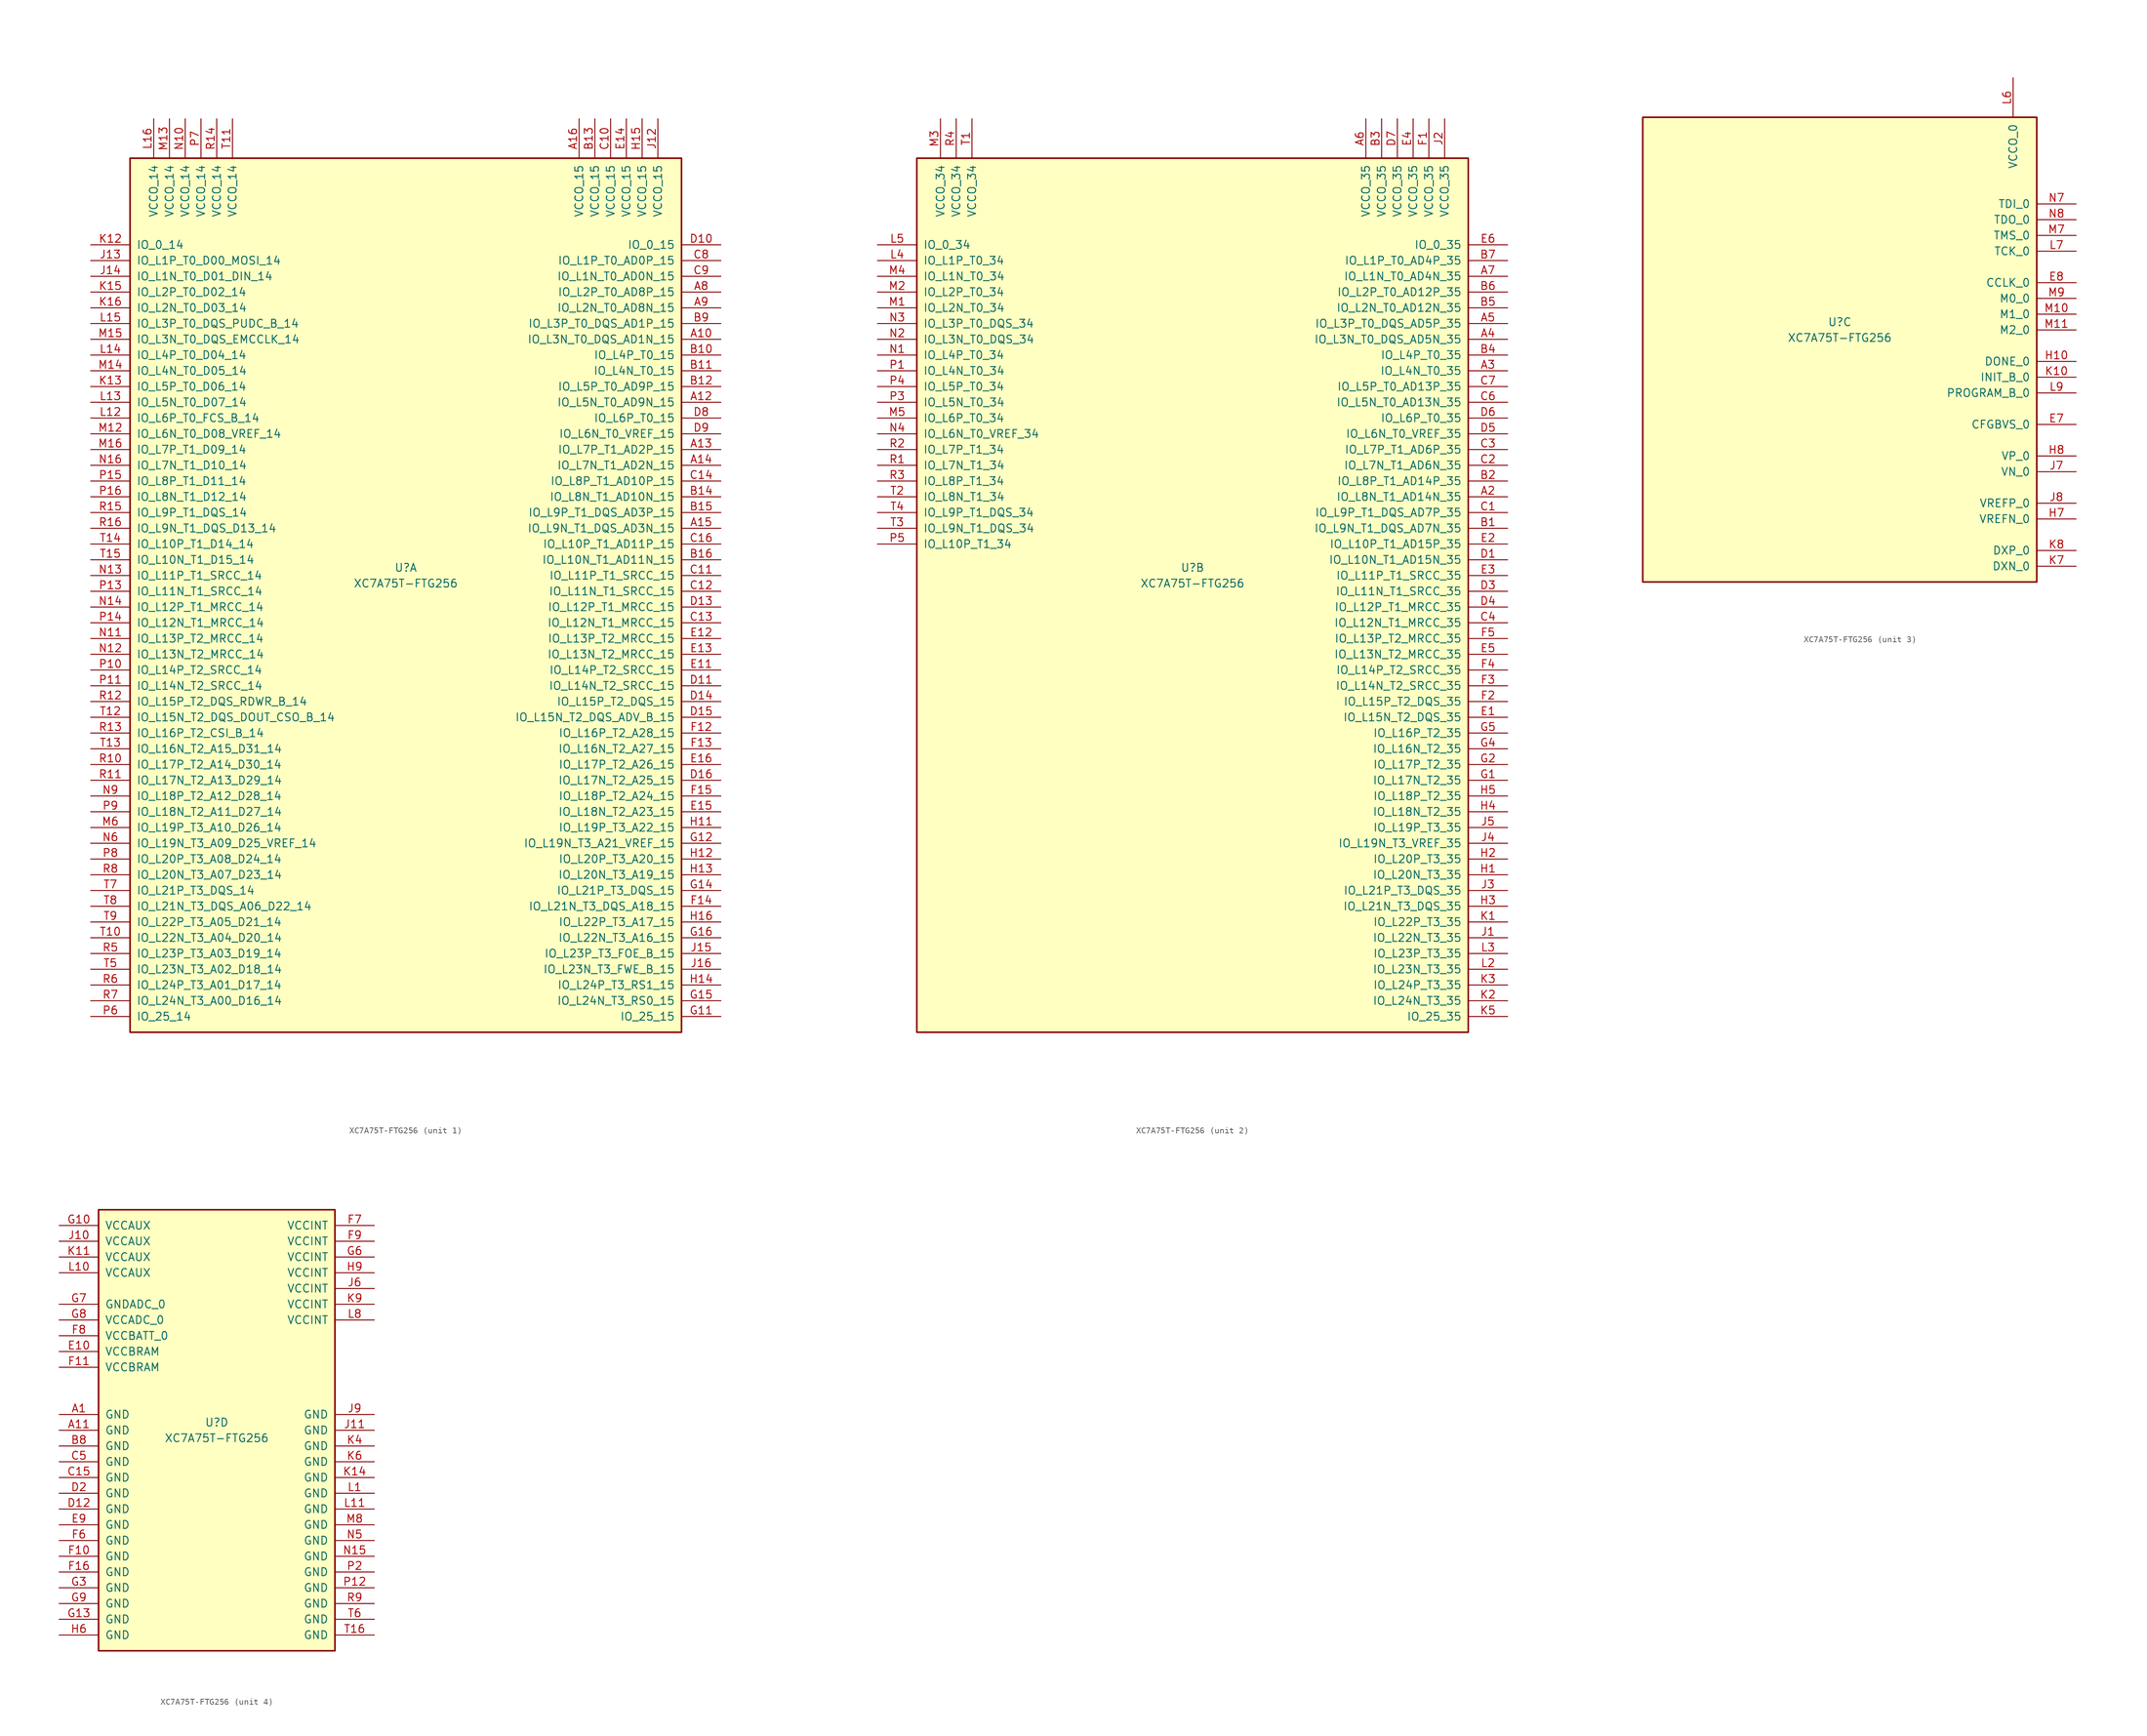
<source format=kicad_sym>
(kicad_symbol_lib
  (version 20231120)
  (generator "kicad_symbol_editor")
  (generator_version "8.0")
  (symbol "XC7A75T-FTG256"
    (pin_names
      (offset 1.016))
    (property "Reference" "U"
      (at 0 1.27 0)
      (effects (font (size 1.27 1.27))))
    (property "Value" "XC7A75T-FTG256"
      (at 0 -1.27 0)
      (effects (font (size 1.27 1.27))))
    (property "Datasheet" ""
      (at 0 0 0)
      (effects (font (size 1.27 1.27))))
    (property "ki_locked" ""
      (at 0 0 0)
      (effects (font (size 1.27 1.27))))
    (symbol "XC7A75T-FTG256_1_1"
      (rectangle (start -44.45 67.31) (end 44.45 -73.66) (stroke (width 0.254) (type solid)) (fill (type background)))
      (pin bidirectional line (at 50.8 38.1 180) (length 6.35) (name "IO_L3N_T0_DQS_AD1N_15" (effects (font (size 1.27 1.27)))) (number "A10" (effects (font (size 1.27 1.27)))))
      (pin bidirectional line (at 50.8 27.94 180) (length 6.35) (name "IO_L5N_T0_AD9N_15" (effects (font (size 1.27 1.27)))) (number "A12" (effects (font (size 1.27 1.27)))))
      (pin bidirectional line (at 50.8 20.32 180) (length 6.35) (name "IO_L7P_T1_AD2P_15" (effects (font (size 1.27 1.27)))) (number "A13" (effects (font (size 1.27 1.27)))))
      (pin bidirectional line (at 50.8 17.78 180) (length 6.35) (name "IO_L7N_T1_AD2N_15" (effects (font (size 1.27 1.27)))) (number "A14" (effects (font (size 1.27 1.27)))))
      (pin bidirectional line (at 50.8 7.62 180) (length 6.35) (name "IO_L9N_T1_DQS_AD3N_15" (effects (font (size 1.27 1.27)))) (number "A15" (effects (font (size 1.27 1.27)))))
      (pin power_in line (at 27.94 73.66 270) (length 6.35) (name "VCCO_15" (effects (font (size 1.27 1.27)))) (number "A16" (effects (font (size 1.27 1.27)))))
      (pin bidirectional line (at 50.8 45.72 180) (length 6.35) (name "IO_L2P_T0_AD8P_15" (effects (font (size 1.27 1.27)))) (number "A8" (effects (font (size 1.27 1.27)))))
      (pin bidirectional line (at 50.8 43.18 180) (length 6.35) (name "IO_L2N_T0_AD8N_15" (effects (font (size 1.27 1.27)))) (number "A9" (effects (font (size 1.27 1.27)))))
      (pin bidirectional line (at 50.8 35.56 180) (length 6.35) (name "IO_L4P_T0_15" (effects (font (size 1.27 1.27)))) (number "B10" (effects (font (size 1.27 1.27)))))
      (pin bidirectional line (at 50.8 33.02 180) (length 6.35) (name "IO_L4N_T0_15" (effects (font (size 1.27 1.27)))) (number "B11" (effects (font (size 1.27 1.27)))))
      (pin bidirectional line (at 50.8 30.48 180) (length 6.35) (name "IO_L5P_T0_AD9P_15" (effects (font (size 1.27 1.27)))) (number "B12" (effects (font (size 1.27 1.27)))))
      (pin power_in line (at 30.48 73.66 270) (length 6.35) (name "VCCO_15" (effects (font (size 1.27 1.27)))) (number "B13" (effects (font (size 1.27 1.27)))))
      (pin bidirectional line (at 50.8 12.7 180) (length 6.35) (name "IO_L8N_T1_AD10N_15" (effects (font (size 1.27 1.27)))) (number "B14" (effects (font (size 1.27 1.27)))))
      (pin bidirectional line (at 50.8 10.16 180) (length 6.35) (name "IO_L9P_T1_DQS_AD3P_15" (effects (font (size 1.27 1.27)))) (number "B15" (effects (font (size 1.27 1.27)))))
      (pin bidirectional line (at 50.8 2.54 180) (length 6.35) (name "IO_L10N_T1_AD11N_15" (effects (font (size 1.27 1.27)))) (number "B16" (effects (font (size 1.27 1.27)))))
      (pin bidirectional line (at 50.8 40.64 180) (length 6.35) (name "IO_L3P_T0_DQS_AD1P_15" (effects (font (size 1.27 1.27)))) (number "B9" (effects (font (size 1.27 1.27)))))
      (pin power_in line (at 33.02 73.66 270) (length 6.35) (name "VCCO_15" (effects (font (size 1.27 1.27)))) (number "C10" (effects (font (size 1.27 1.27)))))
      (pin bidirectional line (at 50.8 0 180) (length 6.35) (name "IO_L11P_T1_SRCC_15" (effects (font (size 1.27 1.27)))) (number "C11" (effects (font (size 1.27 1.27)))))
      (pin bidirectional line (at 50.8 -2.54 180) (length 6.35) (name "IO_L11N_T1_SRCC_15" (effects (font (size 1.27 1.27)))) (number "C12" (effects (font (size 1.27 1.27)))))
      (pin bidirectional line (at 50.8 -7.62 180) (length 6.35) (name "IO_L12N_T1_MRCC_15" (effects (font (size 1.27 1.27)))) (number "C13" (effects (font (size 1.27 1.27)))))
      (pin bidirectional line (at 50.8 15.24 180) (length 6.35) (name "IO_L8P_T1_AD10P_15" (effects (font (size 1.27 1.27)))) (number "C14" (effects (font (size 1.27 1.27)))))
      (pin bidirectional line (at 50.8 5.08 180) (length 6.35) (name "IO_L10P_T1_AD11P_15" (effects (font (size 1.27 1.27)))) (number "C16" (effects (font (size 1.27 1.27)))))
      (pin bidirectional line (at 50.8 50.8 180) (length 6.35) (name "IO_L1P_T0_AD0P_15" (effects (font (size 1.27 1.27)))) (number "C8" (effects (font (size 1.27 1.27)))))
      (pin bidirectional line (at 50.8 48.26 180) (length 6.35) (name "IO_L1N_T0_AD0N_15" (effects (font (size 1.27 1.27)))) (number "C9" (effects (font (size 1.27 1.27)))))
      (pin bidirectional line (at 50.8 53.34 180) (length 6.35) (name "IO_0_15" (effects (font (size 1.27 1.27)))) (number "D10" (effects (font (size 1.27 1.27)))))
      (pin bidirectional line (at 50.8 -17.78 180) (length 6.35) (name "IO_L14N_T2_SRCC_15" (effects (font (size 1.27 1.27)))) (number "D11" (effects (font (size 1.27 1.27)))))
      (pin bidirectional line (at 50.8 -5.08 180) (length 6.35) (name "IO_L12P_T1_MRCC_15" (effects (font (size 1.27 1.27)))) (number "D13" (effects (font (size 1.27 1.27)))))
      (pin bidirectional line (at 50.8 -20.32 180) (length 6.35) (name "IO_L15P_T2_DQS_15" (effects (font (size 1.27 1.27)))) (number "D14" (effects (font (size 1.27 1.27)))))
      (pin bidirectional line (at 50.8 -22.86 180) (length 6.35) (name "IO_L15N_T2_DQS_ADV_B_15" (effects (font (size 1.27 1.27)))) (number "D15" (effects (font (size 1.27 1.27)))))
      (pin bidirectional line (at 50.8 -33.02 180) (length 6.35) (name "IO_L17N_T2_A25_15" (effects (font (size 1.27 1.27)))) (number "D16" (effects (font (size 1.27 1.27)))))
      (pin bidirectional line (at 50.8 25.4 180) (length 6.35) (name "IO_L6P_T0_15" (effects (font (size 1.27 1.27)))) (number "D8" (effects (font (size 1.27 1.27)))))
      (pin bidirectional line (at 50.8 22.86 180) (length 6.35) (name "IO_L6N_T0_VREF_15" (effects (font (size 1.27 1.27)))) (number "D9" (effects (font (size 1.27 1.27)))))
      (pin bidirectional line (at 50.8 -15.24 180) (length 6.35) (name "IO_L14P_T2_SRCC_15" (effects (font (size 1.27 1.27)))) (number "E11" (effects (font (size 1.27 1.27)))))
      (pin bidirectional line (at 50.8 -10.16 180) (length 6.35) (name "IO_L13P_T2_MRCC_15" (effects (font (size 1.27 1.27)))) (number "E12" (effects (font (size 1.27 1.27)))))
      (pin bidirectional line (at 50.8 -12.7 180) (length 6.35) (name "IO_L13N_T2_MRCC_15" (effects (font (size 1.27 1.27)))) (number "E13" (effects (font (size 1.27 1.27)))))
      (pin power_in line (at 35.56 73.66 270) (length 6.35) (name "VCCO_15" (effects (font (size 1.27 1.27)))) (number "E14" (effects (font (size 1.27 1.27)))))
      (pin bidirectional line (at 50.8 -38.1 180) (length 6.35) (name "IO_L18N_T2_A23_15" (effects (font (size 1.27 1.27)))) (number "E15" (effects (font (size 1.27 1.27)))))
      (pin bidirectional line (at 50.8 -30.48 180) (length 6.35) (name "IO_L17P_T2_A26_15" (effects (font (size 1.27 1.27)))) (number "E16" (effects (font (size 1.27 1.27)))))
      (pin bidirectional line (at 50.8 -25.4 180) (length 6.35) (name "IO_L16P_T2_A28_15" (effects (font (size 1.27 1.27)))) (number "F12" (effects (font (size 1.27 1.27)))))
      (pin bidirectional line (at 50.8 -27.94 180) (length 6.35) (name "IO_L16N_T2_A27_15" (effects (font (size 1.27 1.27)))) (number "F13" (effects (font (size 1.27 1.27)))))
      (pin bidirectional line (at 50.8 -53.34 180) (length 6.35) (name "IO_L21N_T3_DQS_A18_15" (effects (font (size 1.27 1.27)))) (number "F14" (effects (font (size 1.27 1.27)))))
      (pin bidirectional line (at 50.8 -35.56 180) (length 6.35) (name "IO_L18P_T2_A24_15" (effects (font (size 1.27 1.27)))) (number "F15" (effects (font (size 1.27 1.27)))))
      (pin bidirectional line (at 50.8 -71.12 180) (length 6.35) (name "IO_25_15" (effects (font (size 1.27 1.27)))) (number "G11" (effects (font (size 1.27 1.27)))))
      (pin bidirectional line (at 50.8 -43.18 180) (length 6.35) (name "IO_L19N_T3_A21_VREF_15" (effects (font (size 1.27 1.27)))) (number "G12" (effects (font (size 1.27 1.27)))))
      (pin bidirectional line (at 50.8 -50.8 180) (length 6.35) (name "IO_L21P_T3_DQS_15" (effects (font (size 1.27 1.27)))) (number "G14" (effects (font (size 1.27 1.27)))))
      (pin bidirectional line (at 50.8 -68.58 180) (length 6.35) (name "IO_L24N_T3_RS0_15" (effects (font (size 1.27 1.27)))) (number "G15" (effects (font (size 1.27 1.27)))))
      (pin bidirectional line (at 50.8 -58.42 180) (length 6.35) (name "IO_L22N_T3_A16_15" (effects (font (size 1.27 1.27)))) (number "G16" (effects (font (size 1.27 1.27)))))
      (pin bidirectional line (at 50.8 -40.64 180) (length 6.35) (name "IO_L19P_T3_A22_15" (effects (font (size 1.27 1.27)))) (number "H11" (effects (font (size 1.27 1.27)))))
      (pin bidirectional line (at 50.8 -45.72 180) (length 6.35) (name "IO_L20P_T3_A20_15" (effects (font (size 1.27 1.27)))) (number "H12" (effects (font (size 1.27 1.27)))))
      (pin bidirectional line (at 50.8 -48.26 180) (length 6.35) (name "IO_L20N_T3_A19_15" (effects (font (size 1.27 1.27)))) (number "H13" (effects (font (size 1.27 1.27)))))
      (pin bidirectional line (at 50.8 -66.04 180) (length 6.35) (name "IO_L24P_T3_RS1_15" (effects (font (size 1.27 1.27)))) (number "H14" (effects (font (size 1.27 1.27)))))
      (pin power_in line (at 38.1 73.66 270) (length 6.35) (name "VCCO_15" (effects (font (size 1.27 1.27)))) (number "H15" (effects (font (size 1.27 1.27)))))
      (pin bidirectional line (at 50.8 -55.88 180) (length 6.35) (name "IO_L22P_T3_A17_15" (effects (font (size 1.27 1.27)))) (number "H16" (effects (font (size 1.27 1.27)))))
      (pin power_in line (at 40.64 73.66 270) (length 6.35) (name "VCCO_15" (effects (font (size 1.27 1.27)))) (number "J12" (effects (font (size 1.27 1.27)))))
      (pin bidirectional line (at -50.8 50.8 0) (length 6.35) (name "IO_L1P_T0_D00_MOSI_14" (effects (font (size 1.27 1.27)))) (number "J13" (effects (font (size 1.27 1.27)))))
      (pin bidirectional line (at -50.8 48.26 0) (length 6.35) (name "IO_L1N_T0_D01_DIN_14" (effects (font (size 1.27 1.27)))) (number "J14" (effects (font (size 1.27 1.27)))))
      (pin bidirectional line (at 50.8 -60.96 180) (length 6.35) (name "IO_L23P_T3_FOE_B_15" (effects (font (size 1.27 1.27)))) (number "J15" (effects (font (size 1.27 1.27)))))
      (pin bidirectional line (at 50.8 -63.5 180) (length 6.35) (name "IO_L23N_T3_FWE_B_15" (effects (font (size 1.27 1.27)))) (number "J16" (effects (font (size 1.27 1.27)))))
      (pin bidirectional line (at -50.8 53.34 0) (length 6.35) (name "IO_0_14" (effects (font (size 1.27 1.27)))) (number "K12" (effects (font (size 1.27 1.27)))))
      (pin bidirectional line (at -50.8 30.48 0) (length 6.35) (name "IO_L5P_T0_D06_14" (effects (font (size 1.27 1.27)))) (number "K13" (effects (font (size 1.27 1.27)))))
      (pin bidirectional line (at -50.8 45.72 0) (length 6.35) (name "IO_L2P_T0_D02_14" (effects (font (size 1.27 1.27)))) (number "K15" (effects (font (size 1.27 1.27)))))
      (pin bidirectional line (at -50.8 43.18 0) (length 6.35) (name "IO_L2N_T0_D03_14" (effects (font (size 1.27 1.27)))) (number "K16" (effects (font (size 1.27 1.27)))))
      (pin bidirectional line (at -50.8 25.4 0) (length 6.35) (name "IO_L6P_T0_FCS_B_14" (effects (font (size 1.27 1.27)))) (number "L12" (effects (font (size 1.27 1.27)))))
      (pin bidirectional line (at -50.8 27.94 0) (length 6.35) (name "IO_L5N_T0_D07_14" (effects (font (size 1.27 1.27)))) (number "L13" (effects (font (size 1.27 1.27)))))
      (pin bidirectional line (at -50.8 35.56 0) (length 6.35) (name "IO_L4P_T0_D04_14" (effects (font (size 1.27 1.27)))) (number "L14" (effects (font (size 1.27 1.27)))))
      (pin bidirectional line (at -50.8 40.64 0) (length 6.35) (name "IO_L3P_T0_DQS_PUDC_B_14" (effects (font (size 1.27 1.27)))) (number "L15" (effects (font (size 1.27 1.27)))))
      (pin power_in line (at -40.64 73.66 270) (length 6.35) (name "VCCO_14" (effects (font (size 1.27 1.27)))) (number "L16" (effects (font (size 1.27 1.27)))))
      (pin bidirectional line (at -50.8 22.86 0) (length 6.35) (name "IO_L6N_T0_D08_VREF_14" (effects (font (size 1.27 1.27)))) (number "M12" (effects (font (size 1.27 1.27)))))
      (pin power_in line (at -38.1 73.66 270) (length 6.35) (name "VCCO_14" (effects (font (size 1.27 1.27)))) (number "M13" (effects (font (size 1.27 1.27)))))
      (pin bidirectional line (at -50.8 33.02 0) (length 6.35) (name "IO_L4N_T0_D05_14" (effects (font (size 1.27 1.27)))) (number "M14" (effects (font (size 1.27 1.27)))))
      (pin bidirectional line (at -50.8 38.1 0) (length 6.35) (name "IO_L3N_T0_DQS_EMCCLK_14" (effects (font (size 1.27 1.27)))) (number "M15" (effects (font (size 1.27 1.27)))))
      (pin bidirectional line (at -50.8 20.32 0) (length 6.35) (name "IO_L7P_T1_D09_14" (effects (font (size 1.27 1.27)))) (number "M16" (effects (font (size 1.27 1.27)))))
      (pin bidirectional line (at -50.8 -40.64 0) (length 6.35) (name "IO_L19P_T3_A10_D26_14" (effects (font (size 1.27 1.27)))) (number "M6" (effects (font (size 1.27 1.27)))))
      (pin power_in line (at -35.56 73.66 270) (length 6.35) (name "VCCO_14" (effects (font (size 1.27 1.27)))) (number "N10" (effects (font (size 1.27 1.27)))))
      (pin bidirectional line (at -50.8 -10.16 0) (length 6.35) (name "IO_L13P_T2_MRCC_14" (effects (font (size 1.27 1.27)))) (number "N11" (effects (font (size 1.27 1.27)))))
      (pin bidirectional line (at -50.8 -12.7 0) (length 6.35) (name "IO_L13N_T2_MRCC_14" (effects (font (size 1.27 1.27)))) (number "N12" (effects (font (size 1.27 1.27)))))
      (pin bidirectional line (at -50.8 0 0) (length 6.35) (name "IO_L11P_T1_SRCC_14" (effects (font (size 1.27 1.27)))) (number "N13" (effects (font (size 1.27 1.27)))))
      (pin bidirectional line (at -50.8 -5.08 0) (length 6.35) (name "IO_L12P_T1_MRCC_14" (effects (font (size 1.27 1.27)))) (number "N14" (effects (font (size 1.27 1.27)))))
      (pin bidirectional line (at -50.8 17.78 0) (length 6.35) (name "IO_L7N_T1_D10_14" (effects (font (size 1.27 1.27)))) (number "N16" (effects (font (size 1.27 1.27)))))
      (pin bidirectional line (at -50.8 -43.18 0) (length 6.35) (name "IO_L19N_T3_A09_D25_VREF_14" (effects (font (size 1.27 1.27)))) (number "N6" (effects (font (size 1.27 1.27)))))
      (pin bidirectional line (at -50.8 -35.56 0) (length 6.35) (name "IO_L18P_T2_A12_D28_14" (effects (font (size 1.27 1.27)))) (number "N9" (effects (font (size 1.27 1.27)))))
      (pin bidirectional line (at -50.8 -15.24 0) (length 6.35) (name "IO_L14P_T2_SRCC_14" (effects (font (size 1.27 1.27)))) (number "P10" (effects (font (size 1.27 1.27)))))
      (pin bidirectional line (at -50.8 -17.78 0) (length 6.35) (name "IO_L14N_T2_SRCC_14" (effects (font (size 1.27 1.27)))) (number "P11" (effects (font (size 1.27 1.27)))))
      (pin bidirectional line (at -50.8 -2.54 0) (length 6.35) (name "IO_L11N_T1_SRCC_14" (effects (font (size 1.27 1.27)))) (number "P13" (effects (font (size 1.27 1.27)))))
      (pin bidirectional line (at -50.8 -7.62 0) (length 6.35) (name "IO_L12N_T1_MRCC_14" (effects (font (size 1.27 1.27)))) (number "P14" (effects (font (size 1.27 1.27)))))
      (pin bidirectional line (at -50.8 15.24 0) (length 6.35) (name "IO_L8P_T1_D11_14" (effects (font (size 1.27 1.27)))) (number "P15" (effects (font (size 1.27 1.27)))))
      (pin bidirectional line (at -50.8 12.7 0) (length 6.35) (name "IO_L8N_T1_D12_14" (effects (font (size 1.27 1.27)))) (number "P16" (effects (font (size 1.27 1.27)))))
      (pin bidirectional line (at -50.8 -71.12 0) (length 6.35) (name "IO_25_14" (effects (font (size 1.27 1.27)))) (number "P6" (effects (font (size 1.27 1.27)))))
      (pin power_in line (at -33.02 73.66 270) (length 6.35) (name "VCCO_14" (effects (font (size 1.27 1.27)))) (number "P7" (effects (font (size 1.27 1.27)))))
      (pin bidirectional line (at -50.8 -45.72 0) (length 6.35) (name "IO_L20P_T3_A08_D24_14" (effects (font (size 1.27 1.27)))) (number "P8" (effects (font (size 1.27 1.27)))))
      (pin bidirectional line (at -50.8 -38.1 0) (length 6.35) (name "IO_L18N_T2_A11_D27_14" (effects (font (size 1.27 1.27)))) (number "P9" (effects (font (size 1.27 1.27)))))
      (pin bidirectional line (at -50.8 -30.48 0) (length 6.35) (name "IO_L17P_T2_A14_D30_14" (effects (font (size 1.27 1.27)))) (number "R10" (effects (font (size 1.27 1.27)))))
      (pin bidirectional line (at -50.8 -33.02 0) (length 6.35) (name "IO_L17N_T2_A13_D29_14" (effects (font (size 1.27 1.27)))) (number "R11" (effects (font (size 1.27 1.27)))))
      (pin bidirectional line (at -50.8 -20.32 0) (length 6.35) (name "IO_L15P_T2_DQS_RDWR_B_14" (effects (font (size 1.27 1.27)))) (number "R12" (effects (font (size 1.27 1.27)))))
      (pin bidirectional line (at -50.8 -25.4 0) (length 6.35) (name "IO_L16P_T2_CSI_B_14" (effects (font (size 1.27 1.27)))) (number "R13" (effects (font (size 1.27 1.27)))))
      (pin power_in line (at -30.48 73.66 270) (length 6.35) (name "VCCO_14" (effects (font (size 1.27 1.27)))) (number "R14" (effects (font (size 1.27 1.27)))))
      (pin bidirectional line (at -50.8 10.16 0) (length 6.35) (name "IO_L9P_T1_DQS_14" (effects (font (size 1.27 1.27)))) (number "R15" (effects (font (size 1.27 1.27)))))
      (pin bidirectional line (at -50.8 7.62 0) (length 6.35) (name "IO_L9N_T1_DQS_D13_14" (effects (font (size 1.27 1.27)))) (number "R16" (effects (font (size 1.27 1.27)))))
      (pin bidirectional line (at -50.8 -60.96 0) (length 6.35) (name "IO_L23P_T3_A03_D19_14" (effects (font (size 1.27 1.27)))) (number "R5" (effects (font (size 1.27 1.27)))))
      (pin bidirectional line (at -50.8 -66.04 0) (length 6.35) (name "IO_L24P_T3_A01_D17_14" (effects (font (size 1.27 1.27)))) (number "R6" (effects (font (size 1.27 1.27)))))
      (pin bidirectional line (at -50.8 -68.58 0) (length 6.35) (name "IO_L24N_T3_A00_D16_14" (effects (font (size 1.27 1.27)))) (number "R7" (effects (font (size 1.27 1.27)))))
      (pin bidirectional line (at -50.8 -48.26 0) (length 6.35) (name "IO_L20N_T3_A07_D23_14" (effects (font (size 1.27 1.27)))) (number "R8" (effects (font (size 1.27 1.27)))))
      (pin bidirectional line (at -50.8 -58.42 0) (length 6.35) (name "IO_L22N_T3_A04_D20_14" (effects (font (size 1.27 1.27)))) (number "T10" (effects (font (size 1.27 1.27)))))
      (pin power_in line (at -27.94 73.66 270) (length 6.35) (name "VCCO_14" (effects (font (size 1.27 1.27)))) (number "T11" (effects (font (size 1.27 1.27)))))
      (pin bidirectional line (at -50.8 -22.86 0) (length 6.35) (name "IO_L15N_T2_DQS_DOUT_CSO_B_14" (effects (font (size 1.27 1.27)))) (number "T12" (effects (font (size 1.27 1.27)))))
      (pin bidirectional line (at -50.8 -27.94 0) (length 6.35) (name "IO_L16N_T2_A15_D31_14" (effects (font (size 1.27 1.27)))) (number "T13" (effects (font (size 1.27 1.27)))))
      (pin bidirectional line (at -50.8 5.08 0) (length 6.35) (name "IO_L10P_T1_D14_14" (effects (font (size 1.27 1.27)))) (number "T14" (effects (font (size 1.27 1.27)))))
      (pin bidirectional line (at -50.8 2.54 0) (length 6.35) (name "IO_L10N_T1_D15_14" (effects (font (size 1.27 1.27)))) (number "T15" (effects (font (size 1.27 1.27)))))
      (pin bidirectional line (at -50.8 -63.5 0) (length 6.35) (name "IO_L23N_T3_A02_D18_14" (effects (font (size 1.27 1.27)))) (number "T5" (effects (font (size 1.27 1.27)))))
      (pin bidirectional line (at -50.8 -50.8 0) (length 6.35) (name "IO_L21P_T3_DQS_14" (effects (font (size 1.27 1.27)))) (number "T7" (effects (font (size 1.27 1.27)))))
      (pin bidirectional line (at -50.8 -53.34 0) (length 6.35) (name "IO_L21N_T3_DQS_A06_D22_14" (effects (font (size 1.27 1.27)))) (number "T8" (effects (font (size 1.27 1.27)))))
      (pin bidirectional line (at -50.8 -55.88 0) (length 6.35) (name "IO_L22P_T3_A05_D21_14" (effects (font (size 1.27 1.27)))) (number "T9" (effects (font (size 1.27 1.27))))))
    (symbol "XC7A75T-FTG256_2_1"
      (rectangle (start -44.45 67.31) (end 44.45 -73.66) (stroke (width 0.254) (type solid)) (fill (type background)))
      (pin bidirectional line (at 50.8 12.7 180) (length 6.35) (name "IO_L8N_T1_AD14N_35" (effects (font (size 1.27 1.27)))) (number "A2" (effects (font (size 1.27 1.27)))))
      (pin bidirectional line (at 50.8 33.02 180) (length 6.35) (name "IO_L4N_T0_35" (effects (font (size 1.27 1.27)))) (number "A3" (effects (font (size 1.27 1.27)))))
      (pin bidirectional line (at 50.8 38.1 180) (length 6.35) (name "IO_L3N_T0_DQS_AD5N_35" (effects (font (size 1.27 1.27)))) (number "A4" (effects (font (size 1.27 1.27)))))
      (pin bidirectional line (at 50.8 40.64 180) (length 6.35) (name "IO_L3P_T0_DQS_AD5P_35" (effects (font (size 1.27 1.27)))) (number "A5" (effects (font (size 1.27 1.27)))))
      (pin power_in line (at 27.94 73.66 270) (length 6.35) (name "VCCO_35" (effects (font (size 1.27 1.27)))) (number "A6" (effects (font (size 1.27 1.27)))))
      (pin bidirectional line (at 50.8 48.26 180) (length 6.35) (name "IO_L1N_T0_AD4N_35" (effects (font (size 1.27 1.27)))) (number "A7" (effects (font (size 1.27 1.27)))))
      (pin bidirectional line (at 50.8 7.62 180) (length 6.35) (name "IO_L9N_T1_DQS_AD7N_35" (effects (font (size 1.27 1.27)))) (number "B1" (effects (font (size 1.27 1.27)))))
      (pin bidirectional line (at 50.8 15.24 180) (length 6.35) (name "IO_L8P_T1_AD14P_35" (effects (font (size 1.27 1.27)))) (number "B2" (effects (font (size 1.27 1.27)))))
      (pin power_in line (at 30.48 73.66 270) (length 6.35) (name "VCCO_35" (effects (font (size 1.27 1.27)))) (number "B3" (effects (font (size 1.27 1.27)))))
      (pin bidirectional line (at 50.8 35.56 180) (length 6.35) (name "IO_L4P_T0_35" (effects (font (size 1.27 1.27)))) (number "B4" (effects (font (size 1.27 1.27)))))
      (pin bidirectional line (at 50.8 43.18 180) (length 6.35) (name "IO_L2N_T0_AD12N_35" (effects (font (size 1.27 1.27)))) (number "B5" (effects (font (size 1.27 1.27)))))
      (pin bidirectional line (at 50.8 45.72 180) (length 6.35) (name "IO_L2P_T0_AD12P_35" (effects (font (size 1.27 1.27)))) (number "B6" (effects (font (size 1.27 1.27)))))
      (pin bidirectional line (at 50.8 50.8 180) (length 6.35) (name "IO_L1P_T0_AD4P_35" (effects (font (size 1.27 1.27)))) (number "B7" (effects (font (size 1.27 1.27)))))
      (pin bidirectional line (at 50.8 10.16 180) (length 6.35) (name "IO_L9P_T1_DQS_AD7P_35" (effects (font (size 1.27 1.27)))) (number "C1" (effects (font (size 1.27 1.27)))))
      (pin bidirectional line (at 50.8 17.78 180) (length 6.35) (name "IO_L7N_T1_AD6N_35" (effects (font (size 1.27 1.27)))) (number "C2" (effects (font (size 1.27 1.27)))))
      (pin bidirectional line (at 50.8 20.32 180) (length 6.35) (name "IO_L7P_T1_AD6P_35" (effects (font (size 1.27 1.27)))) (number "C3" (effects (font (size 1.27 1.27)))))
      (pin bidirectional line (at 50.8 -7.62 180) (length 6.35) (name "IO_L12N_T1_MRCC_35" (effects (font (size 1.27 1.27)))) (number "C4" (effects (font (size 1.27 1.27)))))
      (pin bidirectional line (at 50.8 27.94 180) (length 6.35) (name "IO_L5N_T0_AD13N_35" (effects (font (size 1.27 1.27)))) (number "C6" (effects (font (size 1.27 1.27)))))
      (pin bidirectional line (at 50.8 30.48 180) (length 6.35) (name "IO_L5P_T0_AD13P_35" (effects (font (size 1.27 1.27)))) (number "C7" (effects (font (size 1.27 1.27)))))
      (pin bidirectional line (at 50.8 2.54 180) (length 6.35) (name "IO_L10N_T1_AD15N_35" (effects (font (size 1.27 1.27)))) (number "D1" (effects (font (size 1.27 1.27)))))
      (pin bidirectional line (at 50.8 -2.54 180) (length 6.35) (name "IO_L11N_T1_SRCC_35" (effects (font (size 1.27 1.27)))) (number "D3" (effects (font (size 1.27 1.27)))))
      (pin bidirectional line (at 50.8 -5.08 180) (length 6.35) (name "IO_L12P_T1_MRCC_35" (effects (font (size 1.27 1.27)))) (number "D4" (effects (font (size 1.27 1.27)))))
      (pin bidirectional line (at 50.8 22.86 180) (length 6.35) (name "IO_L6N_T0_VREF_35" (effects (font (size 1.27 1.27)))) (number "D5" (effects (font (size 1.27 1.27)))))
      (pin bidirectional line (at 50.8 25.4 180) (length 6.35) (name "IO_L6P_T0_35" (effects (font (size 1.27 1.27)))) (number "D6" (effects (font (size 1.27 1.27)))))
      (pin power_in line (at 33.02 73.66 270) (length 6.35) (name "VCCO_35" (effects (font (size 1.27 1.27)))) (number "D7" (effects (font (size 1.27 1.27)))))
      (pin bidirectional line (at 50.8 -22.86 180) (length 6.35) (name "IO_L15N_T2_DQS_35" (effects (font (size 1.27 1.27)))) (number "E1" (effects (font (size 1.27 1.27)))))
      (pin bidirectional line (at 50.8 5.08 180) (length 6.35) (name "IO_L10P_T1_AD15P_35" (effects (font (size 1.27 1.27)))) (number "E2" (effects (font (size 1.27 1.27)))))
      (pin bidirectional line (at 50.8 0 180) (length 6.35) (name "IO_L11P_T1_SRCC_35" (effects (font (size 1.27 1.27)))) (number "E3" (effects (font (size 1.27 1.27)))))
      (pin power_in line (at 35.56 73.66 270) (length 6.35) (name "VCCO_35" (effects (font (size 1.27 1.27)))) (number "E4" (effects (font (size 1.27 1.27)))))
      (pin bidirectional line (at 50.8 -12.7 180) (length 6.35) (name "IO_L13N_T2_MRCC_35" (effects (font (size 1.27 1.27)))) (number "E5" (effects (font (size 1.27 1.27)))))
      (pin bidirectional line (at 50.8 53.34 180) (length 6.35) (name "IO_0_35" (effects (font (size 1.27 1.27)))) (number "E6" (effects (font (size 1.27 1.27)))))
      (pin power_in line (at 38.1 73.66 270) (length 6.35) (name "VCCO_35" (effects (font (size 1.27 1.27)))) (number "F1" (effects (font (size 1.27 1.27)))))
      (pin bidirectional line (at 50.8 -20.32 180) (length 6.35) (name "IO_L15P_T2_DQS_35" (effects (font (size 1.27 1.27)))) (number "F2" (effects (font (size 1.27 1.27)))))
      (pin bidirectional line (at 50.8 -17.78 180) (length 6.35) (name "IO_L14N_T2_SRCC_35" (effects (font (size 1.27 1.27)))) (number "F3" (effects (font (size 1.27 1.27)))))
      (pin bidirectional line (at 50.8 -15.24 180) (length 6.35) (name "IO_L14P_T2_SRCC_35" (effects (font (size 1.27 1.27)))) (number "F4" (effects (font (size 1.27 1.27)))))
      (pin bidirectional line (at 50.8 -10.16 180) (length 6.35) (name "IO_L13P_T2_MRCC_35" (effects (font (size 1.27 1.27)))) (number "F5" (effects (font (size 1.27 1.27)))))
      (pin bidirectional line (at 50.8 -33.02 180) (length 6.35) (name "IO_L17N_T2_35" (effects (font (size 1.27 1.27)))) (number "G1" (effects (font (size 1.27 1.27)))))
      (pin bidirectional line (at 50.8 -30.48 180) (length 6.35) (name "IO_L17P_T2_35" (effects (font (size 1.27 1.27)))) (number "G2" (effects (font (size 1.27 1.27)))))
      (pin bidirectional line (at 50.8 -27.94 180) (length 6.35) (name "IO_L16N_T2_35" (effects (font (size 1.27 1.27)))) (number "G4" (effects (font (size 1.27 1.27)))))
      (pin bidirectional line (at 50.8 -25.4 180) (length 6.35) (name "IO_L16P_T2_35" (effects (font (size 1.27 1.27)))) (number "G5" (effects (font (size 1.27 1.27)))))
      (pin bidirectional line (at 50.8 -48.26 180) (length 6.35) (name "IO_L20N_T3_35" (effects (font (size 1.27 1.27)))) (number "H1" (effects (font (size 1.27 1.27)))))
      (pin bidirectional line (at 50.8 -45.72 180) (length 6.35) (name "IO_L20P_T3_35" (effects (font (size 1.27 1.27)))) (number "H2" (effects (font (size 1.27 1.27)))))
      (pin bidirectional line (at 50.8 -53.34 180) (length 6.35) (name "IO_L21N_T3_DQS_35" (effects (font (size 1.27 1.27)))) (number "H3" (effects (font (size 1.27 1.27)))))
      (pin bidirectional line (at 50.8 -38.1 180) (length 6.35) (name "IO_L18N_T2_35" (effects (font (size 1.27 1.27)))) (number "H4" (effects (font (size 1.27 1.27)))))
      (pin bidirectional line (at 50.8 -35.56 180) (length 6.35) (name "IO_L18P_T2_35" (effects (font (size 1.27 1.27)))) (number "H5" (effects (font (size 1.27 1.27)))))
      (pin bidirectional line (at 50.8 -58.42 180) (length 6.35) (name "IO_L22N_T3_35" (effects (font (size 1.27 1.27)))) (number "J1" (effects (font (size 1.27 1.27)))))
      (pin power_in line (at 40.64 73.66 270) (length 6.35) (name "VCCO_35" (effects (font (size 1.27 1.27)))) (number "J2" (effects (font (size 1.27 1.27)))))
      (pin bidirectional line (at 50.8 -50.8 180) (length 6.35) (name "IO_L21P_T3_DQS_35" (effects (font (size 1.27 1.27)))) (number "J3" (effects (font (size 1.27 1.27)))))
      (pin bidirectional line (at 50.8 -43.18 180) (length 6.35) (name "IO_L19N_T3_VREF_35" (effects (font (size 1.27 1.27)))) (number "J4" (effects (font (size 1.27 1.27)))))
      (pin bidirectional line (at 50.8 -40.64 180) (length 6.35) (name "IO_L19P_T3_35" (effects (font (size 1.27 1.27)))) (number "J5" (effects (font (size 1.27 1.27)))))
      (pin bidirectional line (at 50.8 -55.88 180) (length 6.35) (name "IO_L22P_T3_35" (effects (font (size 1.27 1.27)))) (number "K1" (effects (font (size 1.27 1.27)))))
      (pin bidirectional line (at 50.8 -68.58 180) (length 6.35) (name "IO_L24N_T3_35" (effects (font (size 1.27 1.27)))) (number "K2" (effects (font (size 1.27 1.27)))))
      (pin bidirectional line (at 50.8 -66.04 180) (length 6.35) (name "IO_L24P_T3_35" (effects (font (size 1.27 1.27)))) (number "K3" (effects (font (size 1.27 1.27)))))
      (pin bidirectional line (at 50.8 -71.12 180) (length 6.35) (name "IO_25_35" (effects (font (size 1.27 1.27)))) (number "K5" (effects (font (size 1.27 1.27)))))
      (pin bidirectional line (at 50.8 -63.5 180) (length 6.35) (name "IO_L23N_T3_35" (effects (font (size 1.27 1.27)))) (number "L2" (effects (font (size 1.27 1.27)))))
      (pin bidirectional line (at 50.8 -60.96 180) (length 6.35) (name "IO_L23P_T3_35" (effects (font (size 1.27 1.27)))) (number "L3" (effects (font (size 1.27 1.27)))))
      (pin bidirectional line (at -50.8 50.8 0) (length 6.35) (name "IO_L1P_T0_34" (effects (font (size 1.27 1.27)))) (number "L4" (effects (font (size 1.27 1.27)))))
      (pin bidirectional line (at -50.8 53.34 0) (length 6.35) (name "IO_0_34" (effects (font (size 1.27 1.27)))) (number "L5" (effects (font (size 1.27 1.27)))))
      (pin bidirectional line (at -50.8 43.18 0) (length 6.35) (name "IO_L2N_T0_34" (effects (font (size 1.27 1.27)))) (number "M1" (effects (font (size 1.27 1.27)))))
      (pin bidirectional line (at -50.8 45.72 0) (length 6.35) (name "IO_L2P_T0_34" (effects (font (size 1.27 1.27)))) (number "M2" (effects (font (size 1.27 1.27)))))
      (pin power_in line (at -40.64 73.66 270) (length 6.35) (name "VCCO_34" (effects (font (size 1.27 1.27)))) (number "M3" (effects (font (size 1.27 1.27)))))
      (pin bidirectional line (at -50.8 48.26 0) (length 6.35) (name "IO_L1N_T0_34" (effects (font (size 1.27 1.27)))) (number "M4" (effects (font (size 1.27 1.27)))))
      (pin bidirectional line (at -50.8 25.4 0) (length 6.35) (name "IO_L6P_T0_34" (effects (font (size 1.27 1.27)))) (number "M5" (effects (font (size 1.27 1.27)))))
      (pin bidirectional line (at -50.8 35.56 0) (length 6.35) (name "IO_L4P_T0_34" (effects (font (size 1.27 1.27)))) (number "N1" (effects (font (size 1.27 1.27)))))
      (pin bidirectional line (at -50.8 38.1 0) (length 6.35) (name "IO_L3N_T0_DQS_34" (effects (font (size 1.27 1.27)))) (number "N2" (effects (font (size 1.27 1.27)))))
      (pin bidirectional line (at -50.8 40.64 0) (length 6.35) (name "IO_L3P_T0_DQS_34" (effects (font (size 1.27 1.27)))) (number "N3" (effects (font (size 1.27 1.27)))))
      (pin bidirectional line (at -50.8 22.86 0) (length 6.35) (name "IO_L6N_T0_VREF_34" (effects (font (size 1.27 1.27)))) (number "N4" (effects (font (size 1.27 1.27)))))
      (pin bidirectional line (at -50.8 33.02 0) (length 6.35) (name "IO_L4N_T0_34" (effects (font (size 1.27 1.27)))) (number "P1" (effects (font (size 1.27 1.27)))))
      (pin bidirectional line (at -50.8 27.94 0) (length 6.35) (name "IO_L5N_T0_34" (effects (font (size 1.27 1.27)))) (number "P3" (effects (font (size 1.27 1.27)))))
      (pin bidirectional line (at -50.8 30.48 0) (length 6.35) (name "IO_L5P_T0_34" (effects (font (size 1.27 1.27)))) (number "P4" (effects (font (size 1.27 1.27)))))
      (pin bidirectional line (at -50.8 5.08 0) (length 6.35) (name "IO_L10P_T1_34" (effects (font (size 1.27 1.27)))) (number "P5" (effects (font (size 1.27 1.27)))))
      (pin bidirectional line (at -50.8 17.78 0) (length 6.35) (name "IO_L7N_T1_34" (effects (font (size 1.27 1.27)))) (number "R1" (effects (font (size 1.27 1.27)))))
      (pin bidirectional line (at -50.8 20.32 0) (length 6.35) (name "IO_L7P_T1_34" (effects (font (size 1.27 1.27)))) (number "R2" (effects (font (size 1.27 1.27)))))
      (pin bidirectional line (at -50.8 15.24 0) (length 6.35) (name "IO_L8P_T1_34" (effects (font (size 1.27 1.27)))) (number "R3" (effects (font (size 1.27 1.27)))))
      (pin power_in line (at -38.1 73.66 270) (length 6.35) (name "VCCO_34" (effects (font (size 1.27 1.27)))) (number "R4" (effects (font (size 1.27 1.27)))))
      (pin power_in line (at -35.56 73.66 270) (length 6.35) (name "VCCO_34" (effects (font (size 1.27 1.27)))) (number "T1" (effects (font (size 1.27 1.27)))))
      (pin bidirectional line (at -50.8 12.7 0) (length 6.35) (name "IO_L8N_T1_34" (effects (font (size 1.27 1.27)))) (number "T2" (effects (font (size 1.27 1.27)))))
      (pin bidirectional line (at -50.8 7.62 0) (length 6.35) (name "IO_L9N_T1_DQS_34" (effects (font (size 1.27 1.27)))) (number "T3" (effects (font (size 1.27 1.27)))))
      (pin bidirectional line (at -50.8 10.16 0) (length 6.35) (name "IO_L9P_T1_DQS_34" (effects (font (size 1.27 1.27)))) (number "T4" (effects (font (size 1.27 1.27))))))
    (symbol "XC7A75T-FTG256_3_1"
      (rectangle (start -31.75 34.29) (end 31.75 -40.64) (stroke (width 0.254) (type solid)) (fill (type background)))
      (pin bidirectional line (at 38.1 -15.24 180) (length 6.35) (name "CFGBVS_0" (effects (font (size 1.27 1.27)))) (number "E7" (effects (font (size 1.27 1.27)))))
      (pin bidirectional line (at 38.1 7.62 180) (length 6.35) (name "CCLK_0" (effects (font (size 1.27 1.27)))) (number "E8" (effects (font (size 1.27 1.27)))))
      (pin bidirectional line (at 38.1 -5.08 180) (length 6.35) (name "DONE_0" (effects (font (size 1.27 1.27)))) (number "H10" (effects (font (size 1.27 1.27)))))
      (pin bidirectional line (at 38.1 -30.48 180) (length 6.35) (name "VREFN_0" (effects (font (size 1.27 1.27)))) (number "H7" (effects (font (size 1.27 1.27)))))
      (pin bidirectional line (at 38.1 -20.32 180) (length 6.35) (name "VP_0" (effects (font (size 1.27 1.27)))) (number "H8" (effects (font (size 1.27 1.27)))))
      (pin bidirectional line (at 38.1 -22.86 180) (length 6.35) (name "VN_0" (effects (font (size 1.27 1.27)))) (number "J7" (effects (font (size 1.27 1.27)))))
      (pin bidirectional line (at 38.1 -27.94 180) (length 6.35) (name "VREFP_0" (effects (font (size 1.27 1.27)))) (number "J8" (effects (font (size 1.27 1.27)))))
      (pin bidirectional line (at 38.1 -7.62 180) (length 6.35) (name "INIT_B_0" (effects (font (size 1.27 1.27)))) (number "K10" (effects (font (size 1.27 1.27)))))
      (pin bidirectional line (at 38.1 -38.1 180) (length 6.35) (name "DXN_0" (effects (font (size 1.27 1.27)))) (number "K7" (effects (font (size 1.27 1.27)))))
      (pin bidirectional line (at 38.1 -35.56 180) (length 6.35) (name "DXP_0" (effects (font (size 1.27 1.27)))) (number "K8" (effects (font (size 1.27 1.27)))))
      (pin power_in line (at 27.94 40.64 270) (length 6.35) (name "VCCO_0" (effects (font (size 1.27 1.27)))) (number "L6" (effects (font (size 1.27 1.27)))))
      (pin bidirectional line (at 38.1 12.7 180) (length 6.35) (name "TCK_0" (effects (font (size 1.27 1.27)))) (number "L7" (effects (font (size 1.27 1.27)))))
      (pin bidirectional line (at 38.1 -10.16 180) (length 6.35) (name "PROGRAM_B_0" (effects (font (size 1.27 1.27)))) (number "L9" (effects (font (size 1.27 1.27)))))
      (pin bidirectional line (at 38.1 2.54 180) (length 6.35) (name "M1_0" (effects (font (size 1.27 1.27)))) (number "M10" (effects (font (size 1.27 1.27)))))
      (pin bidirectional line (at 38.1 0 180) (length 6.35) (name "M2_0" (effects (font (size 1.27 1.27)))) (number "M11" (effects (font (size 1.27 1.27)))))
      (pin bidirectional line (at 38.1 15.24 180) (length 6.35) (name "TMS_0" (effects (font (size 1.27 1.27)))) (number "M7" (effects (font (size 1.27 1.27)))))
      (pin bidirectional line (at 38.1 5.08 180) (length 6.35) (name "M0_0" (effects (font (size 1.27 1.27)))) (number "M9" (effects (font (size 1.27 1.27)))))
      (pin bidirectional line (at 38.1 20.32 180) (length 6.35) (name "TDI_0" (effects (font (size 1.27 1.27)))) (number "N7" (effects (font (size 1.27 1.27)))))
      (pin bidirectional line (at 38.1 17.78 180) (length 6.35) (name "TDO_0" (effects (font (size 1.27 1.27)))) (number "N8" (effects (font (size 1.27 1.27))))))
    (symbol "XC7A75T-FTG256_4_1"
      (rectangle (start -19.05 35.56) (end 19.05 -35.56) (stroke (width 0.254) (type solid)) (fill (type background)))
      (pin power_in line (at -25.4 2.54 0) (length 6.35) (name "GND" (effects (font (size 1.27 1.27)))) (number "A1" (effects (font (size 1.27 1.27)))))
      (pin power_in line (at -25.4 0 0) (length 6.35) (name "GND" (effects (font (size 1.27 1.27)))) (number "A11" (effects (font (size 1.27 1.27)))))
      (pin power_in line (at -25.4 -2.54 0) (length 6.35) (name "GND" (effects (font (size 1.27 1.27)))) (number "B8" (effects (font (size 1.27 1.27)))))
      (pin power_in line (at -25.4 -7.62 0) (length 6.35) (name "GND" (effects (font (size 1.27 1.27)))) (number "C15" (effects (font (size 1.27 1.27)))))
      (pin power_in line (at -25.4 -5.08 0) (length 6.35) (name "GND" (effects (font (size 1.27 1.27)))) (number "C5" (effects (font (size 1.27 1.27)))))
      (pin power_in line (at -25.4 -12.7 0) (length 6.35) (name "GND" (effects (font (size 1.27 1.27)))) (number "D12" (effects (font (size 1.27 1.27)))))
      (pin power_in line (at -25.4 -10.16 0) (length 6.35) (name "GND" (effects (font (size 1.27 1.27)))) (number "D2" (effects (font (size 1.27 1.27)))))
      (pin power_in line (at -25.4 12.7 0) (length 6.35) (name "VCCBRAM" (effects (font (size 1.27 1.27)))) (number "E10" (effects (font (size 1.27 1.27)))))
      (pin power_in line (at -25.4 -15.24 0) (length 6.35) (name "GND" (effects (font (size 1.27 1.27)))) (number "E9" (effects (font (size 1.27 1.27)))))
      (pin power_in line (at -25.4 -20.32 0) (length 6.35) (name "GND" (effects (font (size 1.27 1.27)))) (number "F10" (effects (font (size 1.27 1.27)))))
      (pin power_in line (at -25.4 10.16 0) (length 6.35) (name "VCCBRAM" (effects (font (size 1.27 1.27)))) (number "F11" (effects (font (size 1.27 1.27)))))
      (pin power_in line (at -25.4 -22.86 0) (length 6.35) (name "GND" (effects (font (size 1.27 1.27)))) (number "F16" (effects (font (size 1.27 1.27)))))
      (pin power_in line (at -25.4 -17.78 0) (length 6.35) (name "GND" (effects (font (size 1.27 1.27)))) (number "F6" (effects (font (size 1.27 1.27)))))
      (pin power_in line (at 25.4 33.02 180) (length 6.35) (name "VCCINT" (effects (font (size 1.27 1.27)))) (number "F7" (effects (font (size 1.27 1.27)))))
      (pin power_in line (at -25.4 15.24 0) (length 6.35) (name "VCCBATT_0" (effects (font (size 1.27 1.27)))) (number "F8" (effects (font (size 1.27 1.27)))))
      (pin power_in line (at 25.4 30.48 180) (length 6.35) (name "VCCINT" (effects (font (size 1.27 1.27)))) (number "F9" (effects (font (size 1.27 1.27)))))
      (pin power_in line (at -25.4 33.02 0) (length 6.35) (name "VCCAUX" (effects (font (size 1.27 1.27)))) (number "G10" (effects (font (size 1.27 1.27)))))
      (pin power_in line (at -25.4 -30.48 0) (length 6.35) (name "GND" (effects (font (size 1.27 1.27)))) (number "G13" (effects (font (size 1.27 1.27)))))
      (pin power_in line (at -25.4 -25.4 0) (length 6.35) (name "GND" (effects (font (size 1.27 1.27)))) (number "G3" (effects (font (size 1.27 1.27)))))
      (pin power_in line (at 25.4 27.94 180) (length 6.35) (name "VCCINT" (effects (font (size 1.27 1.27)))) (number "G6" (effects (font (size 1.27 1.27)))))
      (pin power_in line (at -25.4 20.32 0) (length 6.35) (name "GNDADC_0" (effects (font (size 1.27 1.27)))) (number "G7" (effects (font (size 1.27 1.27)))))
      (pin power_in line (at -25.4 17.78 0) (length 6.35) (name "VCCADC_0" (effects (font (size 1.27 1.27)))) (number "G8" (effects (font (size 1.27 1.27)))))
      (pin power_in line (at -25.4 -27.94 0) (length 6.35) (name "GND" (effects (font (size 1.27 1.27)))) (number "G9" (effects (font (size 1.27 1.27)))))
      (pin power_in line (at -25.4 -33.02 0) (length 6.35) (name "GND" (effects (font (size 1.27 1.27)))) (number "H6" (effects (font (size 1.27 1.27)))))
      (pin power_in line (at 25.4 25.4 180) (length 6.35) (name "VCCINT" (effects (font (size 1.27 1.27)))) (number "H9" (effects (font (size 1.27 1.27)))))
      (pin power_in line (at -25.4 30.48 0) (length 6.35) (name "VCCAUX" (effects (font (size 1.27 1.27)))) (number "J10" (effects (font (size 1.27 1.27)))))
      (pin power_in line (at 25.4 0 180) (length 6.35) (name "GND" (effects (font (size 1.27 1.27)))) (number "J11" (effects (font (size 1.27 1.27)))))
      (pin power_in line (at 25.4 22.86 180) (length 6.35) (name "VCCINT" (effects (font (size 1.27 1.27)))) (number "J6" (effects (font (size 1.27 1.27)))))
      (pin power_in line (at 25.4 2.54 180) (length 6.35) (name "GND" (effects (font (size 1.27 1.27)))) (number "J9" (effects (font (size 1.27 1.27)))))
      (pin power_in line (at -25.4 27.94 0) (length 6.35) (name "VCCAUX" (effects (font (size 1.27 1.27)))) (number "K11" (effects (font (size 1.27 1.27)))))
      (pin power_in line (at 25.4 -7.62 180) (length 6.35) (name "GND" (effects (font (size 1.27 1.27)))) (number "K14" (effects (font (size 1.27 1.27)))))
      (pin power_in line (at 25.4 -2.54 180) (length 6.35) (name "GND" (effects (font (size 1.27 1.27)))) (number "K4" (effects (font (size 1.27 1.27)))))
      (pin power_in line (at 25.4 -5.08 180) (length 6.35) (name "GND" (effects (font (size 1.27 1.27)))) (number "K6" (effects (font (size 1.27 1.27)))))
      (pin power_in line (at 25.4 20.32 180) (length 6.35) (name "VCCINT" (effects (font (size 1.27 1.27)))) (number "K9" (effects (font (size 1.27 1.27)))))
      (pin power_in line (at 25.4 -10.16 180) (length 6.35) (name "GND" (effects (font (size 1.27 1.27)))) (number "L1" (effects (font (size 1.27 1.27)))))
      (pin power_in line (at -25.4 25.4 0) (length 6.35) (name "VCCAUX" (effects (font (size 1.27 1.27)))) (number "L10" (effects (font (size 1.27 1.27)))))
      (pin power_in line (at 25.4 -12.7 180) (length 6.35) (name "GND" (effects (font (size 1.27 1.27)))) (number "L11" (effects (font (size 1.27 1.27)))))
      (pin power_in line (at 25.4 17.78 180) (length 6.35) (name "VCCINT" (effects (font (size 1.27 1.27)))) (number "L8" (effects (font (size 1.27 1.27)))))
      (pin power_in line (at 25.4 -15.24 180) (length 6.35) (name "GND" (effects (font (size 1.27 1.27)))) (number "M8" (effects (font (size 1.27 1.27)))))
      (pin power_in line (at 25.4 -20.32 180) (length 6.35) (name "GND" (effects (font (size 1.27 1.27)))) (number "N15" (effects (font (size 1.27 1.27)))))
      (pin power_in line (at 25.4 -17.78 180) (length 6.35) (name "GND" (effects (font (size 1.27 1.27)))) (number "N5" (effects (font (size 1.27 1.27)))))
      (pin power_in line (at 25.4 -25.4 180) (length 6.35) (name "GND" (effects (font (size 1.27 1.27)))) (number "P12" (effects (font (size 1.27 1.27)))))
      (pin power_in line (at 25.4 -22.86 180) (length 6.35) (name "GND" (effects (font (size 1.27 1.27)))) (number "P2" (effects (font (size 1.27 1.27)))))
      (pin power_in line (at 25.4 -27.94 180) (length 6.35) (name "GND" (effects (font (size 1.27 1.27)))) (number "R9" (effects (font (size 1.27 1.27)))))
      (pin power_in line (at 25.4 -33.02 180) (length 6.35) (name "GND" (effects (font (size 1.27 1.27)))) (number "T16" (effects (font (size 1.27 1.27)))))
      (pin power_in line (at 25.4 -30.48 180) (length 6.35) (name "GND" (effects (font (size 1.27 1.27)))) (number "T6" (effects (font (size 1.27 1.27))))))))
</source>
